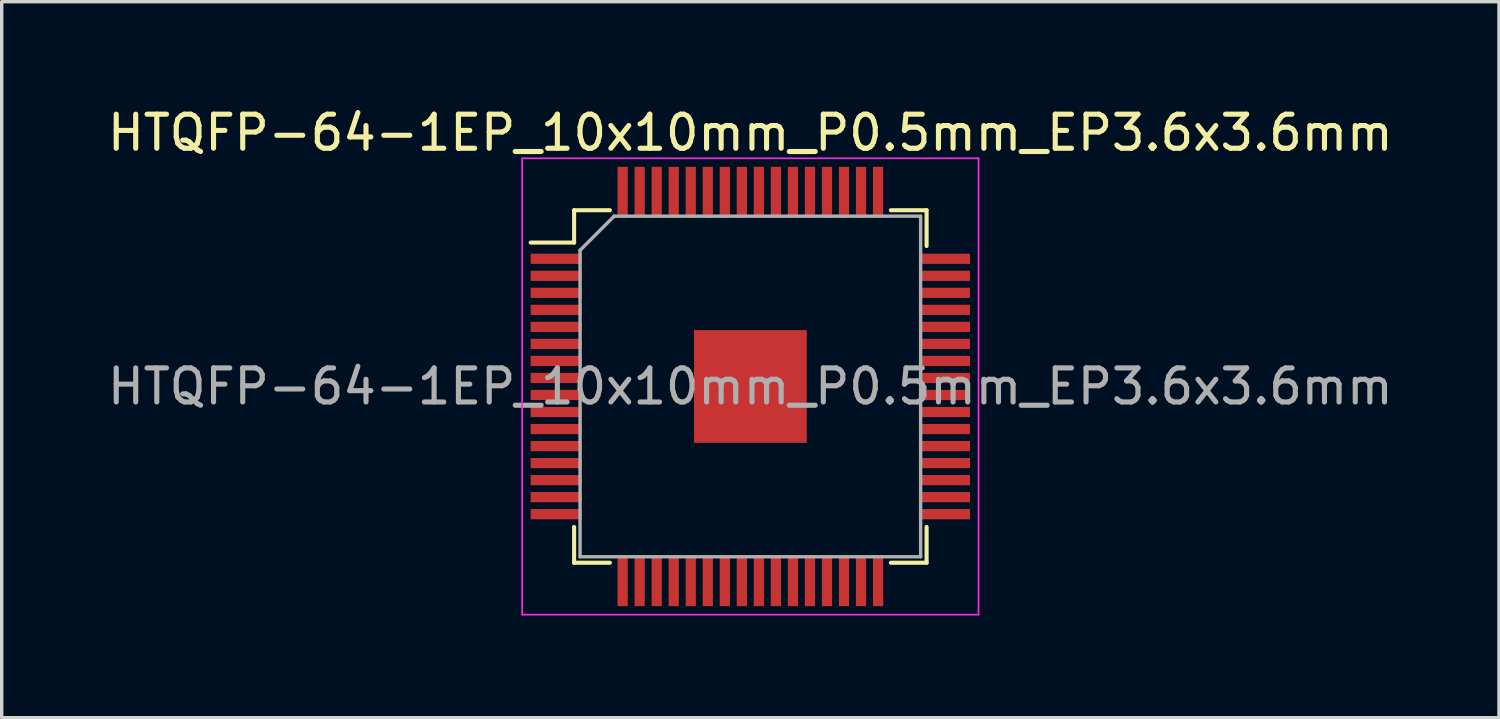
<source format=kicad_pcb>
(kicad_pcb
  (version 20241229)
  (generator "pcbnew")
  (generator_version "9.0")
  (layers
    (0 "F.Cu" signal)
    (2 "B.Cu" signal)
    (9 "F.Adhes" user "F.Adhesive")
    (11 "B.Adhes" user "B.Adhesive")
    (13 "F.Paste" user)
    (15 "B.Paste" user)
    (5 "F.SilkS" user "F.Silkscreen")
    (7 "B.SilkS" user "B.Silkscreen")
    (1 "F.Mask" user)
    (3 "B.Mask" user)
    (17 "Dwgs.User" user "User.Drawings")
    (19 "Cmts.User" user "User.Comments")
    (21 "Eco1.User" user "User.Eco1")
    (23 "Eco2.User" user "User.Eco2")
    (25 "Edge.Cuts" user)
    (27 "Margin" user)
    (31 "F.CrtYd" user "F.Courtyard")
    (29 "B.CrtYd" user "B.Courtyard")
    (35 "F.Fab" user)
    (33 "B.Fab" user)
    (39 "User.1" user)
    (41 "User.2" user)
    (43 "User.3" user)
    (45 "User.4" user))
  (footprint "HTQFP-64-1EP_10x10mm_P0.5mm_EP3.6x3.6mm"
    (layer "F.Cu")
    (at 18.982 8.298)
    (property "Reference" "HTQFP-64-1EP_10x10mm_P0.5mm_EP3.6x3.6mm" (at 0 -7.45 0) (layer "F.SilkS") (effects (font (size 1 1) (thickness 0.15))))
    (attr smd)
    (fp_line (start -5.175 -5.175) (end -5.175 -4.225) (stroke (width 0.12) (type solid)) (layer "F.SilkS"))
    (fp_line (start -5.175 -5.175) (end -4.125 -5.175) (stroke (width 0.12) (type solid)) (layer "F.SilkS"))
    (fp_line (start -5.175 -4.225) (end -6.45 -4.225) (stroke (width 0.12) (type solid)) (layer "F.SilkS"))
    (fp_line (start -5.175 5.175) (end -5.175 4.125) (stroke (width 0.12) (type solid)) (layer "F.SilkS"))
    (fp_line (start -5.175 5.175) (end -4.125 5.175) (stroke (width 0.12) (type solid)) (layer "F.SilkS"))
    (fp_line (start 5.175 -5.175) (end 4.125 -5.175) (stroke (width 0.12) (type solid)) (layer "F.SilkS"))
    (fp_line (start 5.175 -5.175) (end 5.175 -4.125) (stroke (width 0.12) (type solid)) (layer "F.SilkS"))
    (fp_line (start 5.175 5.175) (end 4.125 5.175) (stroke (width 0.12) (type solid)) (layer "F.SilkS"))
    (fp_line (start 5.175 5.175) (end 5.175 4.125) (stroke (width 0.12) (type solid)) (layer "F.SilkS"))
    (fp_line (start -6.7 -6.7) (end -6.7 6.7) (stroke (width 0.05) (type solid)) (layer "F.CrtYd"))
    (fp_line (start -6.7 -6.7) (end 6.7 -6.7) (stroke (width 0.05) (type solid)) (layer "F.CrtYd"))
    (fp_line (start -6.7 6.7) (end 6.7 6.7) (stroke (width 0.05) (type solid)) (layer "F.CrtYd"))
    (fp_line (start 6.7 -6.7) (end 6.7 6.7) (stroke (width 0.05) (type solid)) (layer "F.CrtYd"))
    (fp_line (start -5 -4) (end -4 -5) (stroke (width 0.1) (type solid)) (layer "F.Fab"))
    (fp_line (start -5 5) (end -5 -4) (stroke (width 0.1) (type solid)) (layer "F.Fab"))
    (fp_line (start -4 -5) (end 5 -5) (stroke (width 0.1) (type solid)) (layer "F.Fab"))
    (fp_line (start 5 -5) (end 5 5) (stroke (width 0.1) (type solid)) (layer "F.Fab"))
    (fp_line (start 5 5) (end -5 5) (stroke (width 0.1) (type solid)) (layer "F.Fab"))
    (fp_text user "${REFERENCE}" (at 0 0 0) (layer "F.Fab") (effects (font (size 1 1) (thickness 0.15))))
    (pad "" smd rect (at -0.775 -0.775 180) (size 1.25 1.25) (layers "F.Paste"))
    (pad "" smd rect (at -0.775 0.775 180) (size 1.25 1.25) (layers "F.Paste"))
    (pad "" smd rect (at 0.775 -0.775 180) (size 1.25 1.25) (layers "F.Paste"))
    (pad "" smd rect (at 0.775 0.775 180) (size 1.25 1.25) (layers "F.Paste"))
    (pad "1" smd rect (at -5.7 -3.75) (size 1.5 0.3) (layers "F.Cu" "F.Mask" "F.Paste"))
    (pad "2" smd rect (at -5.7 -3.25) (size 1.5 0.3) (layers "F.Cu" "F.Mask" "F.Paste"))
    (pad "3" smd rect (at -5.7 -2.75) (size 1.5 0.3) (layers "F.Cu" "F.Mask" "F.Paste"))
    (pad "4" smd rect (at -5.7 -2.25) (size 1.5 0.3) (layers "F.Cu" "F.Mask" "F.Paste"))
    (pad "5" smd rect (at -5.7 -1.75) (size 1.5 0.3) (layers "F.Cu" "F.Mask" "F.Paste"))
    (pad "6" smd rect (at -5.7 -1.25) (size 1.5 0.3) (layers "F.Cu" "F.Mask" "F.Paste"))
    (pad "7" smd rect (at -5.7 -0.75) (size 1.5 0.3) (layers "F.Cu" "F.Mask" "F.Paste"))
    (pad "8" smd rect (at -5.7 -0.25) (size 1.5 0.3) (layers "F.Cu" "F.Mask" "F.Paste"))
    (pad "9" smd rect (at -5.7 0.25) (size 1.5 0.3) (layers "F.Cu" "F.Mask" "F.Paste"))
    (pad "10" smd rect (at -5.7 0.75) (size 1.5 0.3) (layers "F.Cu" "F.Mask" "F.Paste"))
    (pad "11" smd rect (at -5.7 1.25) (size 1.5 0.3) (layers "F.Cu" "F.Mask" "F.Paste"))
    (pad "12" smd rect (at -5.7 1.75) (size 1.5 0.3) (layers "F.Cu" "F.Mask" "F.Paste"))
    (pad "13" smd rect (at -5.7 2.25) (size 1.5 0.3) (layers "F.Cu" "F.Mask" "F.Paste"))
    (pad "14" smd rect (at -5.7 2.75) (size 1.5 0.3) (layers "F.Cu" "F.Mask" "F.Paste"))
    (pad "15" smd rect (at -5.7 3.25) (size 1.5 0.3) (layers "F.Cu" "F.Mask" "F.Paste"))
    (pad "16" smd rect (at -5.7 3.75) (size 1.5 0.3) (layers "F.Cu" "F.Mask" "F.Paste"))
    (pad "17" smd rect (at -3.75 5.7 90) (size 1.5 0.3) (layers "F.Cu" "F.Mask" "F.Paste"))
    (pad "18" smd rect (at -3.25 5.7 90) (size 1.5 0.3) (layers "F.Cu" "F.Mask" "F.Paste"))
    (pad "19" smd rect (at -2.75 5.7 90) (size 1.5 0.3) (layers "F.Cu" "F.Mask" "F.Paste"))
    (pad "20" smd rect (at -2.25 5.7 90) (size 1.5 0.3) (layers "F.Cu" "F.Mask" "F.Paste"))
    (pad "21" smd rect (at -1.75 5.7 90) (size 1.5 0.3) (layers "F.Cu" "F.Mask" "F.Paste"))
    (pad "22" smd rect (at -1.25 5.7 90) (size 1.5 0.3) (layers "F.Cu" "F.Mask" "F.Paste"))
    (pad "23" smd rect (at -0.75 5.7 90) (size 1.5 0.3) (layers "F.Cu" "F.Mask" "F.Paste"))
    (pad "24" smd rect (at -0.25 5.7 90) (size 1.5 0.3) (layers "F.Cu" "F.Mask" "F.Paste"))
    (pad "25" smd rect (at 0.25 5.7 90) (size 1.5 0.3) (layers "F.Cu" "F.Mask" "F.Paste"))
    (pad "26" smd rect (at 0.75 5.7 90) (size 1.5 0.3) (layers "F.Cu" "F.Mask" "F.Paste"))
    (pad "27" smd rect (at 1.25 5.7 90) (size 1.5 0.3) (layers "F.Cu" "F.Mask" "F.Paste"))
    (pad "28" smd rect (at 1.75 5.7 90) (size 1.5 0.3) (layers "F.Cu" "F.Mask" "F.Paste"))
    (pad "29" smd rect (at 2.25 5.7 90) (size 1.5 0.3) (layers "F.Cu" "F.Mask" "F.Paste"))
    (pad "30" smd rect (at 2.75 5.7 90) (size 1.5 0.3) (layers "F.Cu" "F.Mask" "F.Paste"))
    (pad "31" smd rect (at 3.25 5.7 90) (size 1.5 0.3) (layers "F.Cu" "F.Mask" "F.Paste"))
    (pad "32" smd rect (at 3.75 5.7 90) (size 1.5 0.3) (layers "F.Cu" "F.Mask" "F.Paste"))
    (pad "33" smd rect (at 5.7 3.75) (size 1.5 0.3) (layers "F.Cu" "F.Mask" "F.Paste"))
    (pad "34" smd rect (at 5.7 3.25) (size 1.5 0.3) (layers "F.Cu" "F.Mask" "F.Paste"))
    (pad "35" smd rect (at 5.7 2.75) (size 1.5 0.3) (layers "F.Cu" "F.Mask" "F.Paste"))
    (pad "36" smd rect (at 5.7 2.25) (size 1.5 0.3) (layers "F.Cu" "F.Mask" "F.Paste"))
    (pad "37" smd rect (at 5.7 1.75) (size 1.5 0.3) (layers "F.Cu" "F.Mask" "F.Paste"))
    (pad "38" smd rect (at 5.7 1.25) (size 1.5 0.3) (layers "F.Cu" "F.Mask" "F.Paste"))
    (pad "39" smd rect (at 5.7 0.75) (size 1.5 0.3) (layers "F.Cu" "F.Mask" "F.Paste"))
    (pad "40" smd rect (at 5.7 0.25) (size 1.5 0.3) (layers "F.Cu" "F.Mask" "F.Paste"))
    (pad "41" smd rect (at 5.7 -0.25) (size 1.5 0.3) (layers "F.Cu" "F.Mask" "F.Paste"))
    (pad "42" smd rect (at 5.7 -0.75) (size 1.5 0.3) (layers "F.Cu" "F.Mask" "F.Paste"))
    (pad "43" smd rect (at 5.7 -1.25) (size 1.5 0.3) (layers "F.Cu" "F.Mask" "F.Paste"))
    (pad "44" smd rect (at 5.7 -1.75) (size 1.5 0.3) (layers "F.Cu" "F.Mask" "F.Paste"))
    (pad "45" smd rect (at 5.7 -2.25) (size 1.5 0.3) (layers "F.Cu" "F.Mask" "F.Paste"))
    (pad "46" smd rect (at 5.7 -2.75) (size 1.5 0.3) (layers "F.Cu" "F.Mask" "F.Paste"))
    (pad "47" smd rect (at 5.7 -3.25) (size 1.5 0.3) (layers "F.Cu" "F.Mask" "F.Paste"))
    (pad "48" smd rect (at 5.7 -3.75) (size 1.5 0.3) (layers "F.Cu" "F.Mask" "F.Paste"))
    (pad "49" smd rect (at 3.75 -5.7 90) (size 1.5 0.3) (layers "F.Cu" "F.Mask" "F.Paste"))
    (pad "50" smd rect (at 3.25 -5.7 90) (size 1.5 0.3) (layers "F.Cu" "F.Mask" "F.Paste"))
    (pad "51" smd rect (at 2.75 -5.7 90) (size 1.5 0.3) (layers "F.Cu" "F.Mask" "F.Paste"))
    (pad "52" smd rect (at 2.25 -5.7 90) (size 1.5 0.3) (layers "F.Cu" "F.Mask" "F.Paste"))
    (pad "53" smd rect (at 1.75 -5.7 90) (size 1.5 0.3) (layers "F.Cu" "F.Mask" "F.Paste"))
    (pad "54" smd rect (at 1.25 -5.7 90) (size 1.5 0.3) (layers "F.Cu" "F.Mask" "F.Paste"))
    (pad "55" smd rect (at 0.75 -5.7 90) (size 1.5 0.3) (layers "F.Cu" "F.Mask" "F.Paste"))
    (pad "56" smd rect (at 0.25 -5.7 90) (size 1.5 0.3) (layers "F.Cu" "F.Mask" "F.Paste"))
    (pad "57" smd rect (at -0.25 -5.7 90) (size 1.5 0.3) (layers "F.Cu" "F.Mask" "F.Paste"))
    (pad "58" smd rect (at -0.75 -5.7 90) (size 1.5 0.3) (layers "F.Cu" "F.Mask" "F.Paste"))
    (pad "59" smd rect (at -1.25 -5.7 90) (size 1.5 0.3) (layers "F.Cu" "F.Mask" "F.Paste"))
    (pad "60" smd rect (at -1.75 -5.7 90) (size 1.5 0.3) (layers "F.Cu" "F.Mask" "F.Paste"))
    (pad "61" smd rect (at -2.25 -5.7 90) (size 1.5 0.3) (layers "F.Cu" "F.Mask" "F.Paste"))
    (pad "62" smd rect (at -2.75 -5.7 90) (size 1.5 0.3) (layers "F.Cu" "F.Mask" "F.Paste"))
    (pad "63" smd rect (at -3.25 -5.7 90) (size 1.5 0.3) (layers "F.Cu" "F.Mask" "F.Paste"))
    (pad "64" smd rect (at -3.75 -5.7 90) (size 1.5 0.3) (layers "F.Cu" "F.Mask" "F.Paste"))
    (pad "65" smd rect (at 0 0 180) (size 3.31 3.31) (layers "F.Cu" "F.Mask")))
  (gr_rect
    (start -3 -3)
    (end 40.964 18.023)
    (stroke (width 0.1) (type default))
    (fill no)
    (layer "Edge.Cuts")))
</source>
